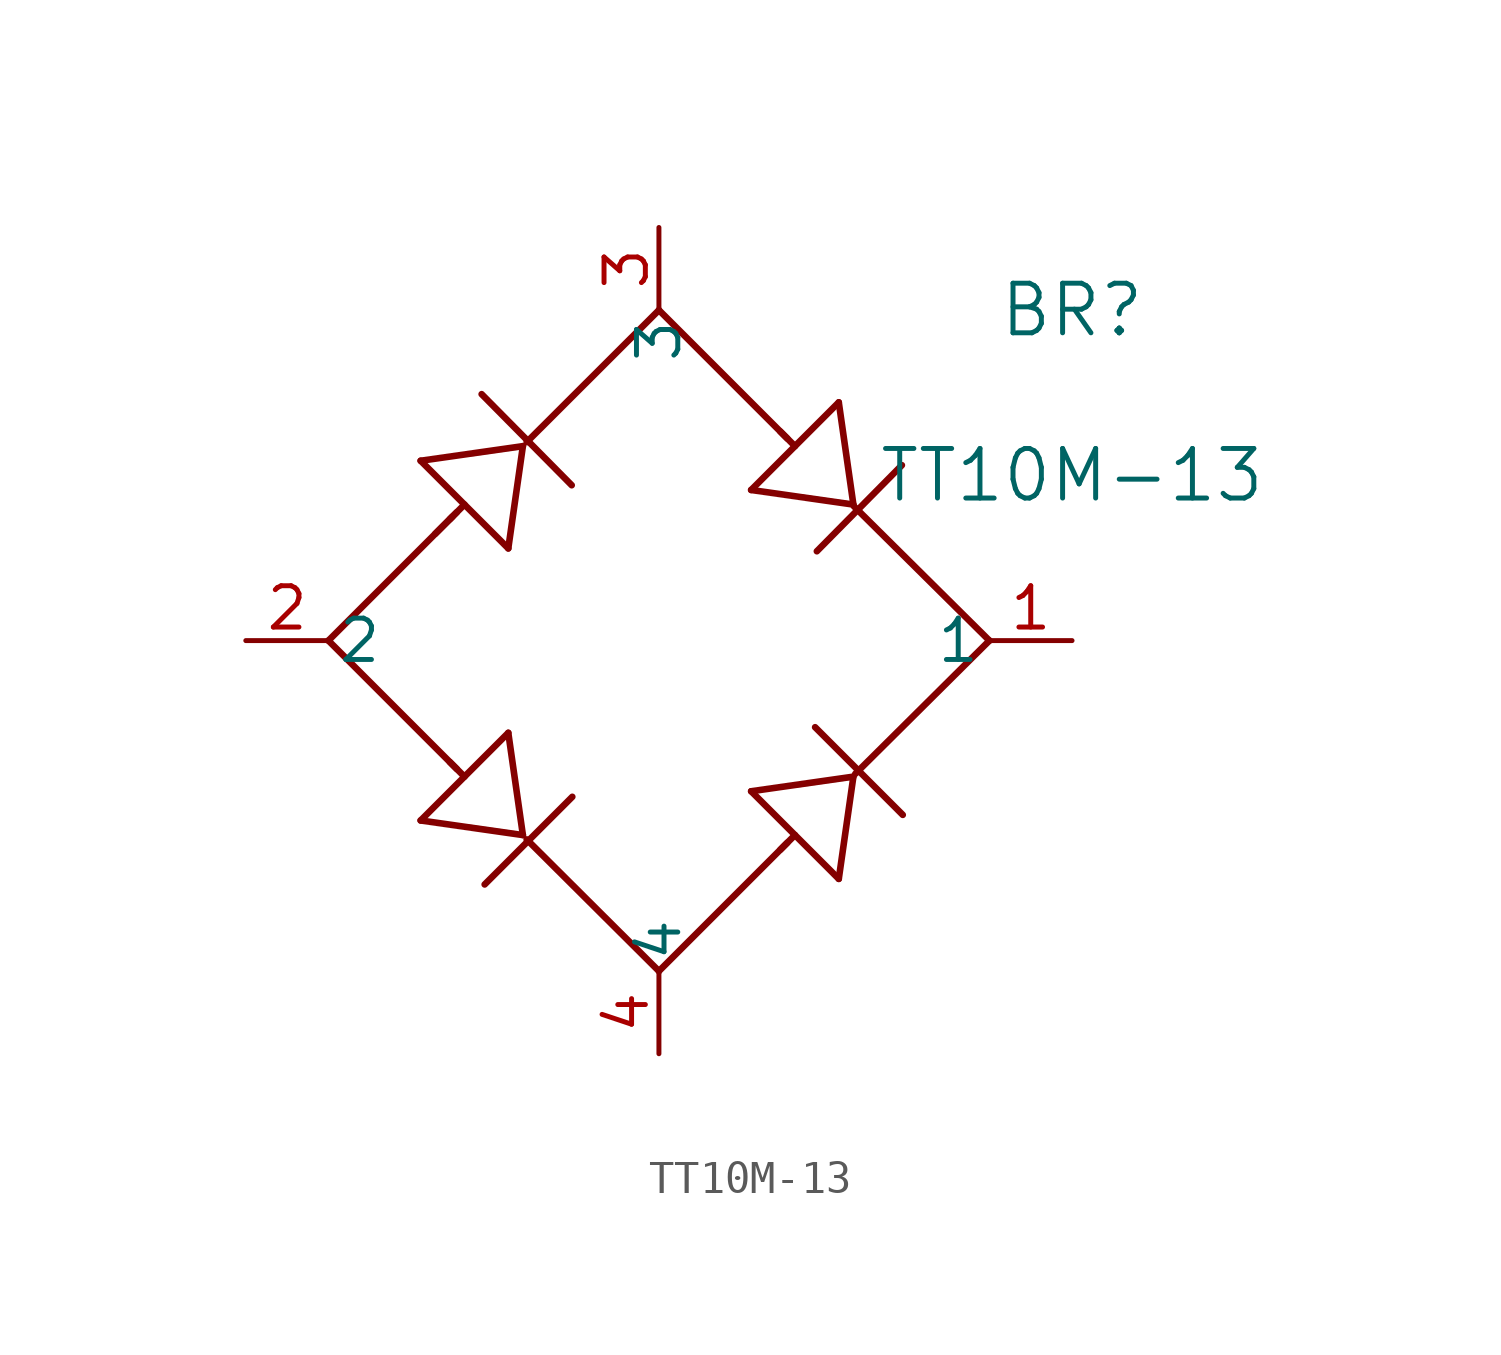
<source format=kicad_sym>
(kicad_symbol_lib
  (version 20211014)
  (generator kicad_symbol_editor)
  (symbol "TT10M-13"
    (pin_names
      (offset 0.254))
    (property "Reference" "BR"
      (at 25.4 10.16 0)
      (effects (font (size 1.524 1.524))))
    (property "Value" "TT10M-13"
      (at 25.4 5.08 0)
      (effects (font (size 1.524 1.524))))
    (symbol "TT10M-13_0_1"
      (polyline (pts (xy 5.824 3.284) (xy 6.488 3.948)) (stroke (width 0.203) (type default) (color 0 0 0 0)) (fill (type none)))
      (polyline (pts (xy 5.375 5.529) (xy 8.069 2.835)) (stroke (width 0.203) (type default) (color 0 0 0 0)) (fill (type none)))
      (polyline (pts (xy 6.273 3.733) (xy 6.722 4.182)) (stroke (width 0.203) (type default) (color 0 0 0 0)) (fill (type none)))
      (polyline (pts (xy 8.518 5.978) (xy 5.375 5.529)) (stroke (width 0.203) (type default) (color 0 0 0 0)) (fill (type none)))
      (polyline (pts (xy 8.069 2.835) (xy 8.518 5.978)) (stroke (width 0.203) (type default) (color 0 0 0 0)) (fill (type none)))
      (polyline (pts (xy 10.019 4.777) (xy 7.25 7.576)) (stroke (width 0.203) (type default) (color 0 0 0 0)) (fill (type none)))
      (polyline (pts (xy 12.7 10.16) (xy 16.648 6.212)) (stroke (width 0.203) (type default) (color 0 0 0 0)) (fill (type none)))
      (polyline (pts (xy 22.86 0) (xy 18.736 -4.096)) (stroke (width 0.203) (type default) (color 0 0 0 0)) (fill (type none)))
      (polyline (pts (xy 12.7 -10.16) (xy 8.634 -6.111)) (stroke (width 0.203) (type default) (color 0 0 0 0)) (fill (type none)))
      (polyline (pts (xy 2.54 0) (xy 6.35 3.81)) (stroke (width 0.203) (type default) (color 0 0 0 0)) (fill (type none)))
      (polyline (pts (xy 8.634 6.1) (xy 12.7 10.16)) (stroke (width 0.203) (type default) (color 0 0 0 0)) (fill (type none)))
      (polyline (pts (xy 2.54 0) (xy 6.488 -3.948)) (stroke (width 0.203) (type default) (color 0 0 0 0)) (fill (type none)))
      (polyline (pts (xy 8.069 -2.835) (xy 5.375 -5.529)) (stroke (width 0.203) (type default) (color 0 0 0 0)) (fill (type none)))
      (polyline (pts (xy 6.273 -3.733) (xy 6.722 -4.182)) (stroke (width 0.203) (type default) (color 0 0 0 0)) (fill (type none)))
      (polyline (pts (xy 8.518 -5.978) (xy 8.069 -2.835)) (stroke (width 0.203) (type default) (color 0 0 0 0)) (fill (type none)))
      (polyline (pts (xy 5.375 -5.529) (xy 8.518 -5.978)) (stroke (width 0.203) (type default) (color 0 0 0 0)) (fill (type none)))
      (polyline (pts (xy 7.343 -7.496) (xy 10.037 -4.802)) (stroke (width 0.203) (type default) (color 0 0 0 0)) (fill (type none)))
      (polyline (pts (xy 12.7 -10.16) (xy 16.648 -6.212)) (stroke (width 0.203) (type default) (color 0 0 0 0)) (fill (type none)))
      (polyline (pts (xy 15.535 -4.631) (xy 18.229 -7.325)) (stroke (width 0.203) (type default) (color 0 0 0 0)) (fill (type none)))
      (polyline (pts (xy 16.433 -6.427) (xy 16.882 -5.978)) (stroke (width 0.203) (type default) (color 0 0 0 0)) (fill (type none)))
      (polyline (pts (xy 18.678 -4.182) (xy 15.535 -4.631)) (stroke (width 0.203) (type default) (color 0 0 0 0)) (fill (type none)))
      (polyline (pts (xy 18.229 -7.325) (xy 18.678 -4.182)) (stroke (width 0.203) (type default) (color 0 0 0 0)) (fill (type none)))
      (polyline (pts (xy 20.196 -5.357) (xy 17.502 -2.663)) (stroke (width 0.203) (type default) (color 0 0 0 0)) (fill (type none)))
      (polyline (pts (xy 22.86 0) (xy 18.693 4.131)) (stroke (width 0.203) (type default) (color 0 0 0 0)) (fill (type none)))
      (polyline (pts (xy 18.229 7.325) (xy 15.535 4.631)) (stroke (width 0.203) (type default) (color 0 0 0 0)) (fill (type none)))
      (polyline (pts (xy 16.433 6.427) (xy 16.882 5.978)) (stroke (width 0.203) (type default) (color 0 0 0 0)) (fill (type none)))
      (polyline (pts (xy 18.678 4.182) (xy 18.229 7.325)) (stroke (width 0.203) (type default) (color 0 0 0 0)) (fill (type none)))
      (polyline (pts (xy 15.535 4.631) (xy 18.678 4.182)) (stroke (width 0.203) (type default) (color 0 0 0 0)) (fill (type none)))
      (polyline (pts (xy 17.555 2.747) (xy 20.169 5.393)) (stroke (width 0.203) (type default) (color 0 0 0 0)) (fill (type none)))
      (pin unspecified line (at 25.4 0 180) (length 2.54) (name "1" (effects (font (size 1.27 1.27)))) (number "1" (effects (font (size 1.27 1.27)))))
      (pin unspecified line (at 0 0 0) (length 2.54) (name "2" (effects (font (size 1.27 1.27)))) (number "2" (effects (font (size 1.27 1.27)))))
      (pin unspecified line (at 12.7 12.7 270) (length 2.54) (name "3" (effects (font (size 1.27 1.27)))) (number "3" (effects (font (size 1.27 1.27)))))
      (pin unspecified line (at 12.7 -12.7 90) (length 2.54) (name "4" (effects (font (size 1.27 1.27)))) (number "4" (effects (font (size 1.27 1.27))))))))
</source>
